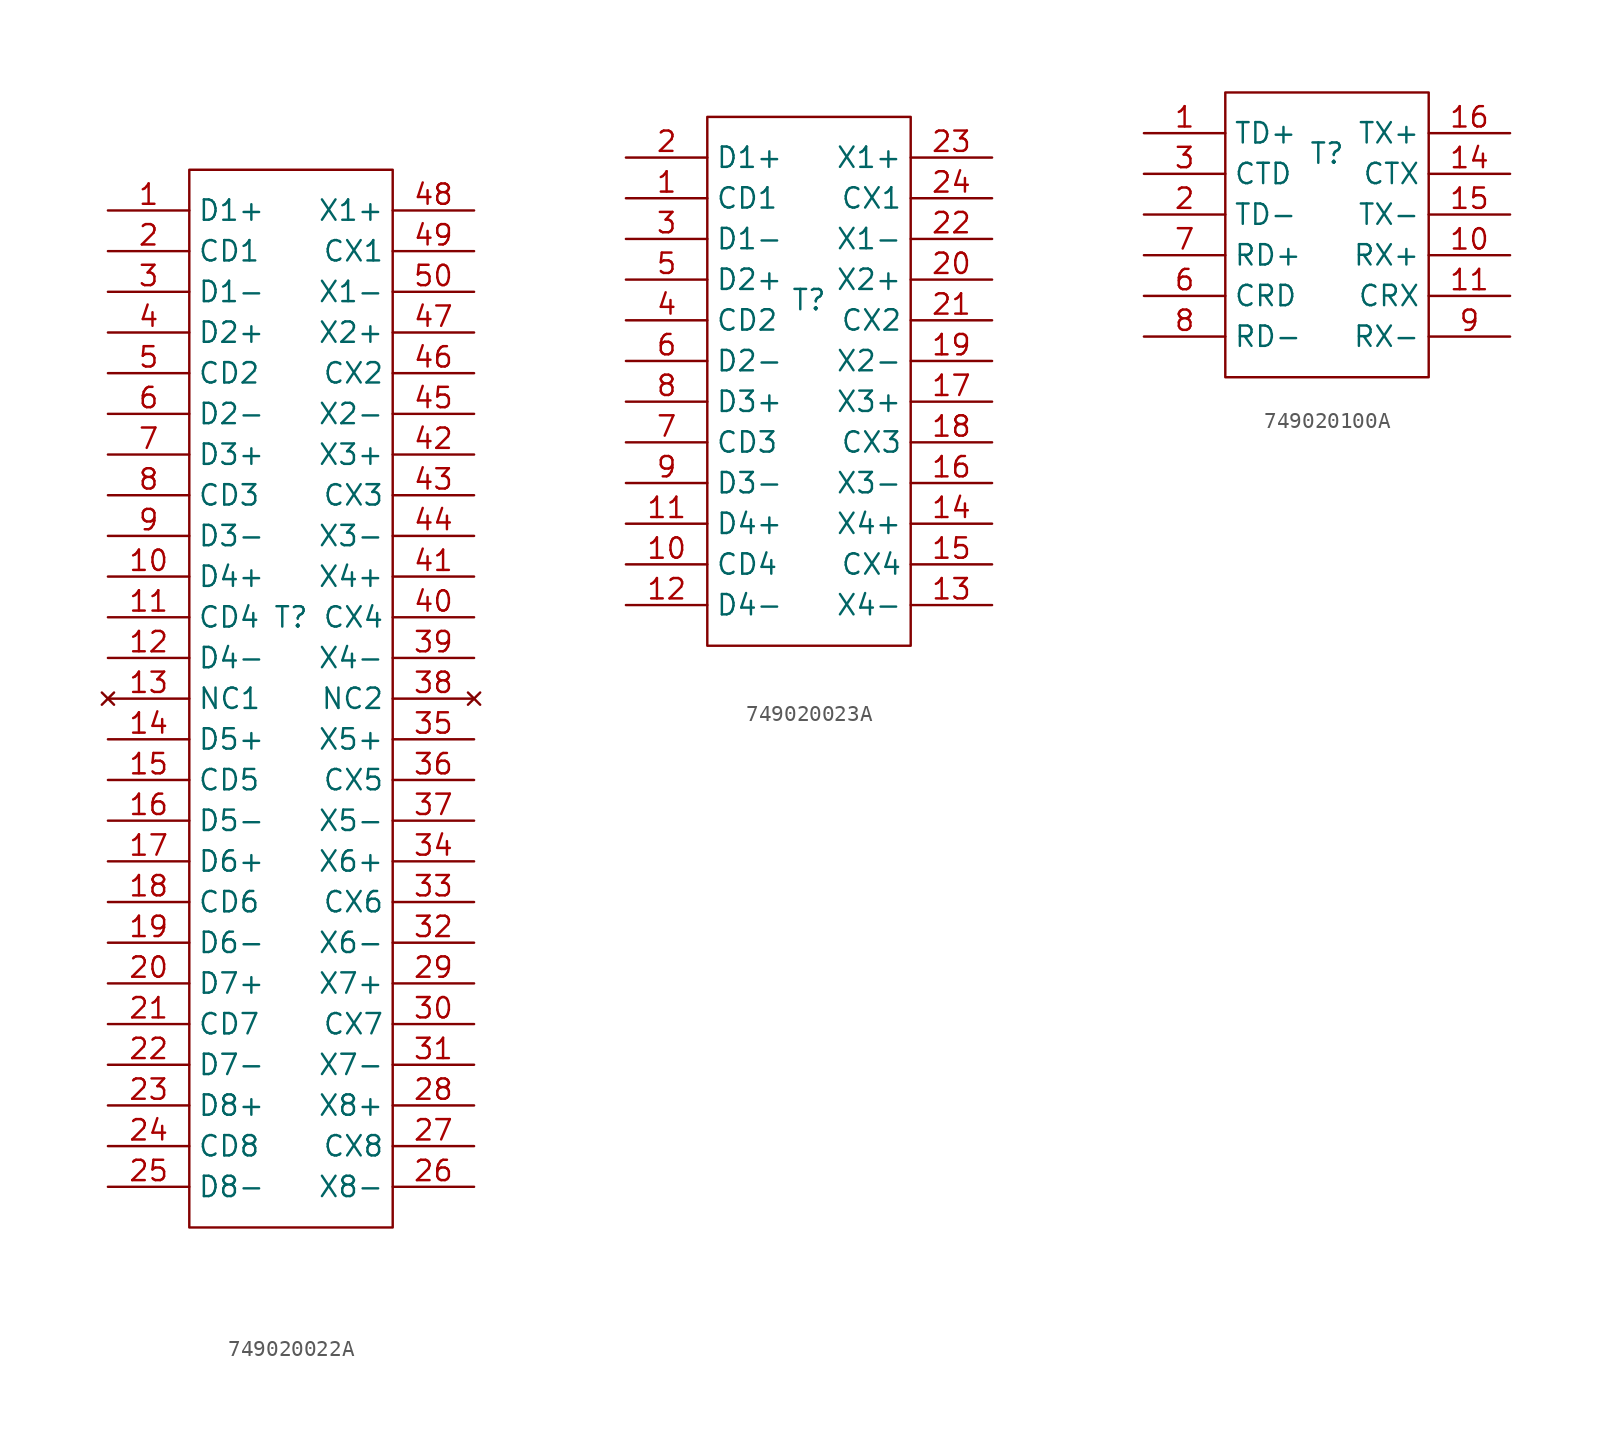
<source format=kicad_sym>
(kicad_symbol_lib
  (version 20220914)
  (generator kicad_symbol_editor)
  (symbol "749020022A"
    (property "Reference" "T"
      (at 0 5.08 0)
      (effects (font (size 1.27 1.27))))
    (property "Critical Parameter" ""
      (at 0 -5.08 0)
      (effects (font (size 1.27 1.27)) (justify left)))
    (symbol "749020022A_0_1"
      (rectangle (start -6.35 33.02) (end 6.35 -33.02) (stroke (width 0) (type default)) (fill (type none))))
    (symbol "749020022A_1_1"
      (pin passive line (at -11.43 30.48 0) (length 5.08) (name "D1+" (effects (font (size 1.27 1.27)))) (number "1" (effects (font (size 1.27 1.27)))))
      (pin passive line (at -11.43 7.62 0) (length 5.08) (name "D4+" (effects (font (size 1.27 1.27)))) (number "10" (effects (font (size 1.27 1.27)))))
      (pin passive line (at -11.43 5.08 0) (length 5.08) (name "CD4" (effects (font (size 1.27 1.27)))) (number "11" (effects (font (size 1.27 1.27)))))
      (pin passive line (at -11.43 2.54 0) (length 5.08) (name "D4-" (effects (font (size 1.27 1.27)))) (number "12" (effects (font (size 1.27 1.27)))))
      (pin no_connect line (at -11.43 0 0) (length 5.08) (name "NC1" (effects (font (size 1.27 1.27)))) (number "13" (effects (font (size 1.27 1.27)))))
      (pin passive line (at -11.43 -2.54 0) (length 5.08) (name "D5+" (effects (font (size 1.27 1.27)))) (number "14" (effects (font (size 1.27 1.27)))))
      (pin passive line (at -11.43 -5.08 0) (length 5.08) (name "CD5" (effects (font (size 1.27 1.27)))) (number "15" (effects (font (size 1.27 1.27)))))
      (pin passive line (at -11.43 -7.62 0) (length 5.08) (name "D5-" (effects (font (size 1.27 1.27)))) (number "16" (effects (font (size 1.27 1.27)))))
      (pin passive line (at -11.43 -10.16 0) (length 5.08) (name "D6+" (effects (font (size 1.27 1.27)))) (number "17" (effects (font (size 1.27 1.27)))))
      (pin passive line (at -11.43 -12.7 0) (length 5.08) (name "CD6" (effects (font (size 1.27 1.27)))) (number "18" (effects (font (size 1.27 1.27)))))
      (pin passive line (at -11.43 -15.24 0) (length 5.08) (name "D6-" (effects (font (size 1.27 1.27)))) (number "19" (effects (font (size 1.27 1.27)))))
      (pin passive line (at -11.43 27.94 0) (length 5.08) (name "CD1" (effects (font (size 1.27 1.27)))) (number "2" (effects (font (size 1.27 1.27)))))
      (pin passive line (at -11.43 -17.78 0) (length 5.08) (name "D7+" (effects (font (size 1.27 1.27)))) (number "20" (effects (font (size 1.27 1.27)))))
      (pin passive line (at -11.43 -20.32 0) (length 5.08) (name "CD7" (effects (font (size 1.27 1.27)))) (number "21" (effects (font (size 1.27 1.27)))))
      (pin passive line (at -11.43 -22.86 0) (length 5.08) (name "D7-" (effects (font (size 1.27 1.27)))) (number "22" (effects (font (size 1.27 1.27)))))
      (pin passive line (at -11.43 -25.4 0) (length 5.08) (name "D8+" (effects (font (size 1.27 1.27)))) (number "23" (effects (font (size 1.27 1.27)))))
      (pin passive line (at -11.43 -27.94 0) (length 5.08) (name "CD8" (effects (font (size 1.27 1.27)))) (number "24" (effects (font (size 1.27 1.27)))))
      (pin passive line (at -11.43 -30.48 0) (length 5.08) (name "D8-" (effects (font (size 1.27 1.27)))) (number "25" (effects (font (size 1.27 1.27)))))
      (pin passive line (at 11.43 -30.48 180) (length 5.08) (name "X8-" (effects (font (size 1.27 1.27)))) (number "26" (effects (font (size 1.27 1.27)))))
      (pin passive line (at 11.43 -27.94 180) (length 5.08) (name "CX8" (effects (font (size 1.27 1.27)))) (number "27" (effects (font (size 1.27 1.27)))))
      (pin passive line (at 11.43 -25.4 180) (length 5.08) (name "X8+" (effects (font (size 1.27 1.27)))) (number "28" (effects (font (size 1.27 1.27)))))
      (pin passive line (at 11.43 -17.78 180) (length 5.08) (name "X7+" (effects (font (size 1.27 1.27)))) (number "29" (effects (font (size 1.27 1.27)))))
      (pin passive line (at -11.43 25.4 0) (length 5.08) (name "D1-" (effects (font (size 1.27 1.27)))) (number "3" (effects (font (size 1.27 1.27)))))
      (pin passive line (at 11.43 -20.32 180) (length 5.08) (name "CX7" (effects (font (size 1.27 1.27)))) (number "30" (effects (font (size 1.27 1.27)))))
      (pin passive line (at 11.43 -22.86 180) (length 5.08) (name "X7-" (effects (font (size 1.27 1.27)))) (number "31" (effects (font (size 1.27 1.27)))))
      (pin passive line (at 11.43 -15.24 180) (length 5.08) (name "X6-" (effects (font (size 1.27 1.27)))) (number "32" (effects (font (size 1.27 1.27)))))
      (pin passive line (at 11.43 -12.7 180) (length 5.08) (name "CX6" (effects (font (size 1.27 1.27)))) (number "33" (effects (font (size 1.27 1.27)))))
      (pin passive line (at 11.43 -10.16 180) (length 5.08) (name "X6+" (effects (font (size 1.27 1.27)))) (number "34" (effects (font (size 1.27 1.27)))))
      (pin passive line (at 11.43 -2.54 180) (length 5.08) (name "X5+" (effects (font (size 1.27 1.27)))) (number "35" (effects (font (size 1.27 1.27)))))
      (pin passive line (at 11.43 -5.08 180) (length 5.08) (name "CX5" (effects (font (size 1.27 1.27)))) (number "36" (effects (font (size 1.27 1.27)))))
      (pin passive line (at 11.43 -7.62 180) (length 5.08) (name "X5-" (effects (font (size 1.27 1.27)))) (number "37" (effects (font (size 1.27 1.27)))))
      (pin no_connect line (at 11.43 0 180) (length 5.08) (name "NC2" (effects (font (size 1.27 1.27)))) (number "38" (effects (font (size 1.27 1.27)))))
      (pin passive line (at 11.43 2.54 180) (length 5.08) (name "X4-" (effects (font (size 1.27 1.27)))) (number "39" (effects (font (size 1.27 1.27)))))
      (pin passive line (at -11.43 22.86 0) (length 5.08) (name "D2+" (effects (font (size 1.27 1.27)))) (number "4" (effects (font (size 1.27 1.27)))))
      (pin passive line (at 11.43 5.08 180) (length 5.08) (name "CX4" (effects (font (size 1.27 1.27)))) (number "40" (effects (font (size 1.27 1.27)))))
      (pin passive line (at 11.43 7.62 180) (length 5.08) (name "X4+" (effects (font (size 1.27 1.27)))) (number "41" (effects (font (size 1.27 1.27)))))
      (pin passive line (at 11.43 15.24 180) (length 5.08) (name "X3+" (effects (font (size 1.27 1.27)))) (number "42" (effects (font (size 1.27 1.27)))))
      (pin passive line (at 11.43 12.7 180) (length 5.08) (name "CX3" (effects (font (size 1.27 1.27)))) (number "43" (effects (font (size 1.27 1.27)))))
      (pin passive line (at 11.43 10.16 180) (length 5.08) (name "X3-" (effects (font (size 1.27 1.27)))) (number "44" (effects (font (size 1.27 1.27)))))
      (pin passive line (at 11.43 17.78 180) (length 5.08) (name "X2-" (effects (font (size 1.27 1.27)))) (number "45" (effects (font (size 1.27 1.27)))))
      (pin passive line (at 11.43 20.32 180) (length 5.08) (name "CX2" (effects (font (size 1.27 1.27)))) (number "46" (effects (font (size 1.27 1.27)))))
      (pin passive line (at 11.43 22.86 180) (length 5.08) (name "X2+" (effects (font (size 1.27 1.27)))) (number "47" (effects (font (size 1.27 1.27)))))
      (pin passive line (at 11.43 30.48 180) (length 5.08) (name "X1+" (effects (font (size 1.27 1.27)))) (number "48" (effects (font (size 1.27 1.27)))))
      (pin passive line (at 11.43 27.94 180) (length 5.08) (name "CX1" (effects (font (size 1.27 1.27)))) (number "49" (effects (font (size 1.27 1.27)))))
      (pin passive line (at -11.43 20.32 0) (length 5.08) (name "CD2" (effects (font (size 1.27 1.27)))) (number "5" (effects (font (size 1.27 1.27)))))
      (pin passive line (at 11.43 25.4 180) (length 5.08) (name "X1-" (effects (font (size 1.27 1.27)))) (number "50" (effects (font (size 1.27 1.27)))))
      (pin passive line (at -11.43 17.78 0) (length 5.08) (name "D2-" (effects (font (size 1.27 1.27)))) (number "6" (effects (font (size 1.27 1.27)))))
      (pin passive line (at -11.43 15.24 0) (length 5.08) (name "D3+" (effects (font (size 1.27 1.27)))) (number "7" (effects (font (size 1.27 1.27)))))
      (pin passive line (at -11.43 12.7 0) (length 5.08) (name "CD3" (effects (font (size 1.27 1.27)))) (number "8" (effects (font (size 1.27 1.27)))))
      (pin passive line (at -11.43 10.16 0) (length 5.08) (name "D3-" (effects (font (size 1.27 1.27)))) (number "9" (effects (font (size 1.27 1.27)))))))
  (symbol "749020023A"
    (property "Reference" "T"
      (at 0 5.08 0)
      (effects (font (size 1.27 1.27))))
    (property "Critical Parameter" ""
      (at 0 -5.08 0)
      (effects (font (size 1.27 1.27)) (justify left)))
    (symbol "749020023A_0_1"
      (rectangle (start -6.35 16.51) (end 6.35 -16.51) (stroke (width 0) (type default)) (fill (type none))))
    (symbol "749020023A_1_1"
      (pin passive line (at -11.43 11.43 0) (length 5.08) (name "CD1" (effects (font (size 1.27 1.27)))) (number "1" (effects (font (size 1.27 1.27)))))
      (pin passive line (at -11.43 -11.43 0) (length 5.08) (name "CD4" (effects (font (size 1.27 1.27)))) (number "10" (effects (font (size 1.27 1.27)))))
      (pin passive line (at -11.43 -8.89 0) (length 5.08) (name "D4+" (effects (font (size 1.27 1.27)))) (number "11" (effects (font (size 1.27 1.27)))))
      (pin passive line (at -11.43 -13.97 0) (length 5.08) (name "D4-" (effects (font (size 1.27 1.27)))) (number "12" (effects (font (size 1.27 1.27)))))
      (pin passive line (at 11.43 -13.97 180) (length 5.08) (name "X4-" (effects (font (size 1.27 1.27)))) (number "13" (effects (font (size 1.27 1.27)))))
      (pin passive line (at 11.43 -8.89 180) (length 5.08) (name "X4+" (effects (font (size 1.27 1.27)))) (number "14" (effects (font (size 1.27 1.27)))))
      (pin passive line (at 11.43 -11.43 180) (length 5.08) (name "CX4" (effects (font (size 1.27 1.27)))) (number "15" (effects (font (size 1.27 1.27)))))
      (pin passive line (at 11.43 -6.35 180) (length 5.08) (name "X3-" (effects (font (size 1.27 1.27)))) (number "16" (effects (font (size 1.27 1.27)))))
      (pin passive line (at 11.43 -1.27 180) (length 5.08) (name "X3+" (effects (font (size 1.27 1.27)))) (number "17" (effects (font (size 1.27 1.27)))))
      (pin passive line (at 11.43 -3.81 180) (length 5.08) (name "CX3" (effects (font (size 1.27 1.27)))) (number "18" (effects (font (size 1.27 1.27)))))
      (pin passive line (at 11.43 1.27 180) (length 5.08) (name "X2-" (effects (font (size 1.27 1.27)))) (number "19" (effects (font (size 1.27 1.27)))))
      (pin passive line (at -11.43 13.97 0) (length 5.08) (name "D1+" (effects (font (size 1.27 1.27)))) (number "2" (effects (font (size 1.27 1.27)))))
      (pin passive line (at 11.43 6.35 180) (length 5.08) (name "X2+" (effects (font (size 1.27 1.27)))) (number "20" (effects (font (size 1.27 1.27)))))
      (pin passive line (at 11.43 3.81 180) (length 5.08) (name "CX2" (effects (font (size 1.27 1.27)))) (number "21" (effects (font (size 1.27 1.27)))))
      (pin passive line (at 11.43 8.89 180) (length 5.08) (name "X1-" (effects (font (size 1.27 1.27)))) (number "22" (effects (font (size 1.27 1.27)))))
      (pin passive line (at 11.43 13.97 180) (length 5.08) (name "X1+" (effects (font (size 1.27 1.27)))) (number "23" (effects (font (size 1.27 1.27)))))
      (pin passive line (at 11.43 11.43 180) (length 5.08) (name "CX1" (effects (font (size 1.27 1.27)))) (number "24" (effects (font (size 1.27 1.27)))))
      (pin passive line (at -11.43 8.89 0) (length 5.08) (name "D1-" (effects (font (size 1.27 1.27)))) (number "3" (effects (font (size 1.27 1.27)))))
      (pin passive line (at -11.43 3.81 0) (length 5.08) (name "CD2" (effects (font (size 1.27 1.27)))) (number "4" (effects (font (size 1.27 1.27)))))
      (pin passive line (at -11.43 6.35 0) (length 5.08) (name "D2+" (effects (font (size 1.27 1.27)))) (number "5" (effects (font (size 1.27 1.27)))))
      (pin passive line (at -11.43 1.27 0) (length 5.08) (name "D2-" (effects (font (size 1.27 1.27)))) (number "6" (effects (font (size 1.27 1.27)))))
      (pin passive line (at -11.43 -3.81 0) (length 5.08) (name "CD3" (effects (font (size 1.27 1.27)))) (number "7" (effects (font (size 1.27 1.27)))))
      (pin passive line (at -11.43 -1.27 0) (length 5.08) (name "D3+" (effects (font (size 1.27 1.27)))) (number "8" (effects (font (size 1.27 1.27)))))
      (pin passive line (at -11.43 -6.35 0) (length 5.08) (name "D3-" (effects (font (size 1.27 1.27)))) (number "9" (effects (font (size 1.27 1.27)))))))
  (symbol "749020100A"
    (property "Reference" "T"
      (at 0 5.08 0)
      (effects (font (size 1.27 1.27))))
    (property "Critical Parameter" ""
      (at 0 -5.08 0)
      (effects (font (size 1.27 1.27)) (justify left)))
    (symbol "749020100A_0_1"
      (rectangle (start -6.35 8.89) (end 6.35 -8.89) (stroke (width 0) (type default)) (fill (type none))))
    (symbol "749020100A_1_1"
      (pin passive line (at -11.43 6.35 0) (length 5.08) (name "TD+" (effects (font (size 1.27 1.27)))) (number "1" (effects (font (size 1.27 1.27)))))
      (pin passive line (at 11.43 -1.27 180) (length 5.08) (name "RX+" (effects (font (size 1.27 1.27)))) (number "10" (effects (font (size 1.27 1.27)))))
      (pin passive line (at 11.43 -3.81 180) (length 5.08) (name "CRX" (effects (font (size 1.27 1.27)))) (number "11" (effects (font (size 1.27 1.27)))))
      (pin passive line (at 11.43 3.81 180) (length 5.08) (name "CTX" (effects (font (size 1.27 1.27)))) (number "14" (effects (font (size 1.27 1.27)))))
      (pin passive line (at 11.43 1.27 180) (length 5.08) (name "TX-" (effects (font (size 1.27 1.27)))) (number "15" (effects (font (size 1.27 1.27)))))
      (pin passive line (at 11.43 6.35 180) (length 5.08) (name "TX+" (effects (font (size 1.27 1.27)))) (number "16" (effects (font (size 1.27 1.27)))))
      (pin passive line (at -11.43 1.27 0) (length 5.08) (name "TD-" (effects (font (size 1.27 1.27)))) (number "2" (effects (font (size 1.27 1.27)))))
      (pin passive line (at -11.43 3.81 0) (length 5.08) (name "CTD" (effects (font (size 1.27 1.27)))) (number "3" (effects (font (size 1.27 1.27)))))
      (pin passive line (at -11.43 -3.81 0) (length 5.08) (name "CRD" (effects (font (size 1.27 1.27)))) (number "6" (effects (font (size 1.27 1.27)))))
      (pin passive line (at -11.43 -1.27 0) (length 5.08) (name "RD+" (effects (font (size 1.27 1.27)))) (number "7" (effects (font (size 1.27 1.27)))))
      (pin passive line (at -11.43 -6.35 0) (length 5.08) (name "RD-" (effects (font (size 1.27 1.27)))) (number "8" (effects (font (size 1.27 1.27)))))
      (pin passive line (at 11.43 -6.35 180) (length 5.08) (name "RX-" (effects (font (size 1.27 1.27)))) (number "9" (effects (font (size 1.27 1.27))))))))
</source>
